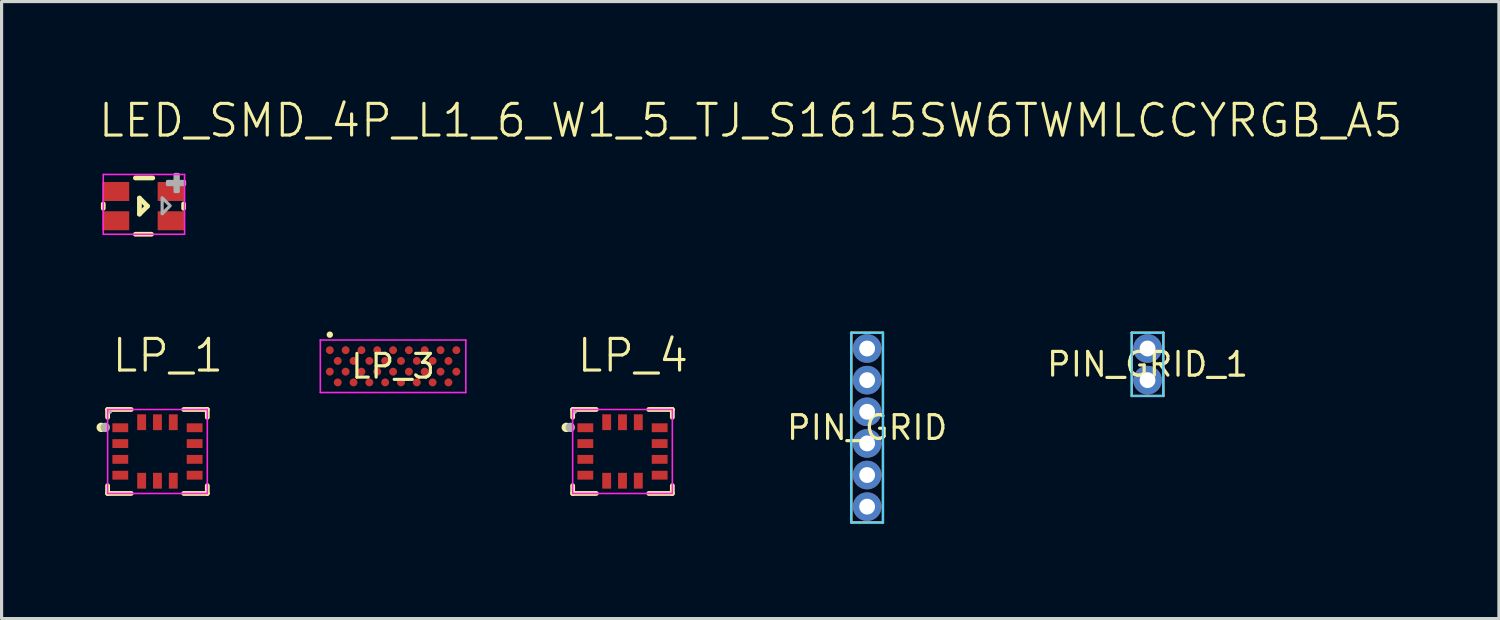
<source format=kicad_pcb>
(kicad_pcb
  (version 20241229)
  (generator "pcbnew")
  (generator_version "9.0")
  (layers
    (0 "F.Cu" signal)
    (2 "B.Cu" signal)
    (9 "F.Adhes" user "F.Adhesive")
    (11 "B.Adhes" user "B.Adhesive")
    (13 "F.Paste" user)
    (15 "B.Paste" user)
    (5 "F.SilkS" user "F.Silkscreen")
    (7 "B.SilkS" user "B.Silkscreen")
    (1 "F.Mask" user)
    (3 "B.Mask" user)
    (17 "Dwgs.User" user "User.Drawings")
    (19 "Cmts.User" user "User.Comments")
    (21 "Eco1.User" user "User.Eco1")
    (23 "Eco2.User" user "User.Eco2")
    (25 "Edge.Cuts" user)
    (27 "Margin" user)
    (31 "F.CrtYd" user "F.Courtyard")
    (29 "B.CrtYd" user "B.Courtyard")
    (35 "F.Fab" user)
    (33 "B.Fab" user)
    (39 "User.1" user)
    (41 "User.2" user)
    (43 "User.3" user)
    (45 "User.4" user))
  (footprint "LP_4"
    (layer "F.Cu")
    (at 16.63 11.223)
    (property "Reference" "LP_4" (at -1.5 -3.032 0) (layer "F.SilkS") (effects (font (size 1 1) (thickness 0.1)) (justify left)))
    (fp_line (start -1.576 -1.327) (end -1.576 -1.081) (stroke (width 0.152) (type solid)) (layer "F.SilkS"))
    (fp_line (start -1.576 1.327) (end -1.576 1.081) (stroke (width 0.152) (type solid)) (layer "F.SilkS"))
    (fp_line (start -0.83 -1.327) (end -1.576 -1.327) (stroke (width 0.152) (type solid)) (layer "F.SilkS"))
    (fp_line (start -0.83 1.327) (end -1.576 1.327) (stroke (width 0.152) (type solid)) (layer "F.SilkS"))
    (fp_line (start 0.831 -1.327) (end 1.576 -1.327) (stroke (width 0.152) (type solid)) (layer "F.SilkS"))
    (fp_line (start 0.831 1.327) (end 1.576 1.327) (stroke (width 0.152) (type solid)) (layer "F.SilkS"))
    (fp_line (start 1.576 -1.327) (end 1.576 -1.081) (stroke (width 0.152) (type solid)) (layer "F.SilkS"))
    (fp_line (start 1.576 1.327) (end 1.576 1.081) (stroke (width 0.152) (type solid)) (layer "F.SilkS"))
    (fp_arc (start -1.703 -0.7615) (mid -1.853 -0.7615) (end -1.703 -0.7615) (stroke (width 0.15) (type solid)) (layer "F.SilkS"))
    (fp_line (start -1.576 -1.327) (end -1.576 1.327) (stroke (width 0.05) (type solid)) (layer "F.CrtYd"))
    (fp_line (start -1.576 1.327) (end 1.576 1.327) (stroke (width 0.05) (type solid)) (layer "F.CrtYd"))
    (fp_line (start 1.576 -1.327) (end -1.576 -1.327) (stroke (width 0.05) (type solid)) (layer "F.CrtYd"))
    (fp_line (start 1.576 1.327) (end 1.576 -1.327) (stroke (width 0.05) (type solid)) (layer "F.CrtYd"))
    (fp_arc (start -1.576 -0.7615) (mid -1.726 -0.7615) (end -1.576 -0.7615) (stroke (width 0.15) (type solid)) (layer "F.Fab"))
    (fp_arc (start -1.47 -1.2495) (mid -1.53 -1.2495) (end -1.47 -1.2495) (stroke (width 0.06) (type solid)) (layer "F.Fab"))
    (pad "1" smd rect (at -1.175 -0.75) (size 0.5 0.28) (layers "F.Cu" "F.Mask" "F.Paste"))
    (pad "2" smd rect (at -1.175 -0.249) (size 0.5 0.28) (layers "F.Cu" "F.Mask" "F.Paste"))
    (pad "3" smd rect (at -1.175 0.249) (size 0.5 0.28) (layers "F.Cu" "F.Mask" "F.Paste"))
    (pad "4" smd rect (at -1.175 0.75) (size 0.5 0.28) (layers "F.Cu" "F.Mask" "F.Paste"))
    (pad "5" smd rect (at -0.5 0.925) (size 0.28 0.5) (layers "F.Cu" "F.Mask" "F.Paste"))
    (pad "6" smd rect (at 0 0.925) (size 0.28 0.5) (layers "F.Cu" "F.Mask" "F.Paste"))
    (pad "7" smd rect (at 0.5 0.925) (size 0.28 0.5) (layers "F.Cu" "F.Mask" "F.Paste"))
    (pad "8" smd rect (at 1.175 0.75) (size 0.5 0.28) (layers "F.Cu" "F.Mask" "F.Paste"))
    (pad "9" smd rect (at 1.175 0.249) (size 0.5 0.28) (layers "F.Cu" "F.Mask" "F.Paste"))
    (pad "10" smd rect (at 1.175 -0.249) (size 0.5 0.28) (layers "F.Cu" "F.Mask" "F.Paste"))
    (pad "11" smd rect (at 1.175 -0.75) (size 0.5 0.28) (layers "F.Cu" "F.Mask" "F.Paste"))
    (pad "12" smd rect (at 0.5 -0.924) (size 0.28 0.5) (layers "F.Cu" "F.Mask" "F.Paste"))
    (pad "13" smd rect (at 0 -0.924) (size 0.28 0.5) (layers "F.Cu" "F.Mask" "F.Paste"))
    (pad "14" smd rect (at -0.5 -0.925) (size 0.28 0.5) (layers "F.Cu" "F.Mask" "F.Paste")))
  (footprint "PIN_GRID"
    (layer "F.Cu")
    (at 24.364 10.468)
    (property "Reference" "PIN_GRID" (at 0 0 0) (layer "F.SilkS") (effects (font (size 0.75 0.75) (thickness 0.1))))
    (fp_line (start -0.5 -3) (end -0.5 3) (stroke (width 0.076) (type solid)) (layer "F.SilkS"))
    (fp_line (start -0.5 3) (end 0.5 3) (stroke (width 0.076) (type solid)) (layer "F.SilkS"))
    (fp_line (start 0.5 -3) (end -0.5 -3) (stroke (width 0.076) (type solid)) (layer "F.SilkS"))
    (fp_line (start 0.5 3) (end 0.5 -3) (stroke (width 0.076) (type solid)) (layer "F.SilkS"))
    (fp_line (start -0.5 -3) (end -0.5 3) (stroke (width 0.05) (type solid)) (layer "B.CrtYd"))
    (fp_line (start -0.5 3) (end 0.5 3) (stroke (width 0.05) (type solid)) (layer "B.CrtYd"))
    (fp_line (start 0.5 -3) (end -0.5 -3) (stroke (width 0.05) (type solid)) (layer "B.CrtYd"))
    (fp_line (start 0.5 3) (end 0.5 -3) (stroke (width 0.05) (type solid)) (layer "B.CrtYd"))
    (fp_line (start -0.5 -3) (end -0.5 3) (stroke (width 0.05) (type solid)) (layer "F.CrtYd"))
    (fp_line (start -0.5 3) (end 0.5 3) (stroke (width 0.05) (type solid)) (layer "F.CrtYd"))
    (fp_line (start 0.5 -3) (end -0.5 -3) (stroke (width 0.05) (type solid)) (layer "F.CrtYd"))
    (fp_line (start 0.5 3) (end 0.5 -3) (stroke (width 0.05) (type solid)) (layer "F.CrtYd"))
    (pad "1" thru_hole circle (at 0 -2.5) (size 0.906 0.906) (drill 0.5) (layers "*.Cu" "*.Mask"))
    (pad "2" thru_hole circle (at 0 -1.5) (size 0.906 0.906) (drill 0.5) (layers "*.Cu" "*.Mask"))
    (pad "3" thru_hole circle (at 0 -0.5) (size 0.906 0.906) (drill 0.5) (layers "*.Cu" "*.Mask"))
    (pad "4" thru_hole circle (at 0 0.5) (size 0.906 0.906) (drill 0.5) (layers "*.Cu" "*.Mask"))
    (pad "5" thru_hole circle (at 0 1.5) (size 0.906 0.906) (drill 0.5) (layers "*.Cu" "*.Mask"))
    (pad "6" thru_hole circle (at 0 2.5) (size 0.906 0.906) (drill 0.5) (layers "*.Cu" "*.Mask")))
  (footprint "PIN_GRID_1"
    (layer "F.Cu")
    (at 33.229 8.468)
    (property "Reference" "PIN_GRID_1" (at 0 0 0) (layer "F.SilkS") (effects (font (size 0.75 0.75) (thickness 0.1))))
    (fp_line (start -0.5 -1) (end -0.5 1) (stroke (width 0.076) (type solid)) (layer "F.SilkS"))
    (fp_line (start -0.5 1) (end 0.5 1) (stroke (width 0.076) (type solid)) (layer "F.SilkS"))
    (fp_line (start 0.5 -1) (end -0.5 -1) (stroke (width 0.076) (type solid)) (layer "F.SilkS"))
    (fp_line (start 0.5 1) (end 0.5 -1) (stroke (width 0.076) (type solid)) (layer "F.SilkS"))
    (fp_line (start -0.5 -1) (end -0.5 1) (stroke (width 0.05) (type solid)) (layer "B.CrtYd"))
    (fp_line (start -0.5 1) (end 0.5 1) (stroke (width 0.05) (type solid)) (layer "B.CrtYd"))
    (fp_line (start 0.5 -1) (end -0.5 -1) (stroke (width 0.05) (type solid)) (layer "B.CrtYd"))
    (fp_line (start 0.5 1) (end 0.5 -1) (stroke (width 0.05) (type solid)) (layer "B.CrtYd"))
    (fp_line (start -0.5 -1) (end -0.5 1) (stroke (width 0.05) (type solid)) (layer "F.CrtYd"))
    (fp_line (start -0.5 1) (end 0.5 1) (stroke (width 0.05) (type solid)) (layer "F.CrtYd"))
    (fp_line (start 0.5 -1) (end -0.5 -1) (stroke (width 0.05) (type solid)) (layer "F.CrtYd"))
    (fp_line (start 0.5 1) (end 0.5 -1) (stroke (width 0.05) (type solid)) (layer "F.CrtYd"))
    (pad "1" thru_hole circle (at 0 -0.5) (size 0.906 0.906) (drill 0.5) (layers "*.Cu" "*.Mask"))
    (pad "2" thru_hole circle (at 0 0.5) (size 0.906 0.906) (drill 0.5) (layers "*.Cu" "*.Mask")))
  (footprint "LP_3"
    (layer "F.Cu")
    (at 9.377 8.53)
    (property "Reference" "LP_3" (at 0 0 0) (layer "F.SilkS") (effects (font (size 0.75 0.75) (thickness 0.1))))
    (fp_poly (pts (xy -1.9 -1) (xy -1.902 -1.02) (xy -1.908 -1.038) (xy -1.917 -1.056) (xy -1.929 -1.071) (xy -1.944 -1.083) (xy -1.962 -1.092) (xy -1.98 -1.098) (xy -2 -1.1) (xy -2.02 -1.098) (xy -2.038 -1.092) (xy -2.056 -1.083) (xy -2.071 -1.071) (xy -2.083 -1.056) (xy -2.092 -1.038) (xy -2.098 -1.02) (xy -2.1 -1) (xy -2.098 -0.98) (xy -2.092 -0.962) (xy -2.083 -0.944) (xy -2.071 -0.929) (xy -2.056 -0.917) (xy -2.038 -0.908) (xy -2.02 -0.902) (xy -2 -0.9) (xy -1.98 -0.902) (xy -1.962 -0.908) (xy -1.944 -0.917) (xy -1.929 -0.929) (xy -1.917 -0.944) (xy -1.908 -0.962) (xy -1.902 -0.98)) (stroke (width 0) (type solid)) (fill yes) (layer "F.SilkS"))
    (fp_line (start -2.3 -0.83) (end -2.3 0.83) (stroke (width 0.05) (type solid)) (layer "F.CrtYd"))
    (fp_line (start -2.3 0.83) (end 2.3 0.83) (stroke (width 0.05) (type solid)) (layer "F.CrtYd"))
    (fp_line (start 2.3 -0.83) (end -2.3 -0.83) (stroke (width 0.05) (type solid)) (layer "F.CrtYd"))
    (fp_line (start 2.3 0.83) (end 2.3 -0.83) (stroke (width 0.05) (type solid)) (layer "F.CrtYd"))
    (pad "A1" smd circle (at -2 -0.51) (size 0.25 0.25) (layers "F.Cu" "F.Mask" "F.Paste"))
    (pad "A3" smd circle (at -1.5 -0.51) (size 0.25 0.25) (layers "F.Cu" "F.Mask" "F.Paste"))
    (pad "A5" smd circle (at -1 -0.51) (size 0.25 0.25) (layers "F.Cu" "F.Mask" "F.Paste"))
    (pad "A7" smd circle (at -0.5 -0.51) (size 0.25 0.25) (layers "F.Cu" "F.Mask" "F.Paste"))
    (pad "A9" smd circle (at 0 -0.51) (size 0.25 0.25) (layers "F.Cu" "F.Mask" "F.Paste"))
    (pad "A11" smd circle (at 0.5 -0.51) (size 0.25 0.25) (layers "F.Cu" "F.Mask" "F.Paste"))
    (pad "A13" smd circle (at 1 -0.51) (size 0.25 0.25) (layers "F.Cu" "F.Mask" "F.Paste"))
    (pad "A15" smd circle (at 1.5 -0.51) (size 0.25 0.25) (layers "F.Cu" "F.Mask" "F.Paste"))
    (pad "A17" smd circle (at 2 -0.51) (size 0.25 0.25) (layers "F.Cu" "F.Mask" "F.Paste"))
    (pad "B2" smd circle (at -1.75 -0.17) (size 0.25 0.25) (layers "F.Cu" "F.Mask" "F.Paste"))
    (pad "B4" smd circle (at -1.25 -0.17) (size 0.25 0.25) (layers "F.Cu" "F.Mask" "F.Paste"))
    (pad "B6" smd circle (at -0.75 -0.17) (size 0.25 0.25) (layers "F.Cu" "F.Mask" "F.Paste"))
    (pad "B8" smd circle (at -0.25 -0.17) (size 0.25 0.25) (layers "F.Cu" "F.Mask" "F.Paste"))
    (pad "B10" smd circle (at 0.25 -0.17) (size 0.25 0.25) (layers "F.Cu" "F.Mask" "F.Paste"))
    (pad "B12" smd circle (at 0.75 -0.17) (size 0.25 0.25) (layers "F.Cu" "F.Mask" "F.Paste"))
    (pad "B14" smd circle (at 1.25 -0.17) (size 0.25 0.25) (layers "F.Cu" "F.Mask" "F.Paste"))
    (pad "B16" smd circle (at 1.75 -0.17) (size 0.25 0.25) (layers "F.Cu" "F.Mask" "F.Paste"))
    (pad "C1" smd circle (at -2 0.17) (size 0.25 0.25) (layers "F.Cu" "F.Mask" "F.Paste"))
    (pad "C3" smd circle (at -1.5 0.17) (size 0.25 0.25) (layers "F.Cu" "F.Mask" "F.Paste"))
    (pad "C5" smd circle (at -1 0.17) (size 0.25 0.25) (layers "F.Cu" "F.Mask" "F.Paste"))
    (pad "C7" smd circle (at -0.5 0.17) (size 0.25 0.25) (layers "F.Cu" "F.Mask" "F.Paste"))
    (pad "C9" smd circle (at 0 0.17) (size 0.25 0.25) (layers "F.Cu" "F.Mask" "F.Paste"))
    (pad "C11" smd circle (at 0.5 0.17) (size 0.25 0.25) (layers "F.Cu" "F.Mask" "F.Paste"))
    (pad "C13" smd circle (at 1 0.17) (size 0.25 0.25) (layers "F.Cu" "F.Mask" "F.Paste"))
    (pad "C15" smd circle (at 1.5 0.17) (size 0.25 0.25) (layers "F.Cu" "F.Mask" "F.Paste"))
    (pad "C17" smd circle (at 2 0.17) (size 0.25 0.25) (layers "F.Cu" "F.Mask" "F.Paste"))
    (pad "D2" smd circle (at -1.75 0.51) (size 0.25 0.25) (layers "F.Cu" "F.Mask" "F.Paste"))
    (pad "D4" smd circle (at -1.25 0.51) (size 0.25 0.25) (layers "F.Cu" "F.Mask" "F.Paste"))
    (pad "D6" smd circle (at -0.75 0.51) (size 0.25 0.25) (layers "F.Cu" "F.Mask" "F.Paste"))
    (pad "D8" smd circle (at -0.25 0.51) (size 0.25 0.25) (layers "F.Cu" "F.Mask" "F.Paste"))
    (pad "D10" smd circle (at 0.25 0.51) (size 0.25 0.25) (layers "F.Cu" "F.Mask" "F.Paste"))
    (pad "D12" smd circle (at 0.75 0.51) (size 0.25 0.25) (layers "F.Cu" "F.Mask" "F.Paste"))
    (pad "D14" smd circle (at 1.25 0.51) (size 0.25 0.25) (layers "F.Cu" "F.Mask" "F.Paste"))
    (pad "D16" smd circle (at 1.75 0.51) (size 0.25 0.25) (layers "F.Cu" "F.Mask" "F.Paste")))
  (footprint "LED_SMD_4P_L1_6_W1_5_TJ_S1615SW6TWMLCCYRGB_A5"
    (layer "F.Cu")
    (at 1.5 3.411)
    (property "Reference" "LED_SMD_4P_L1_6_W1_5_TJ_S1615SW6TWMLCCYRGB_A5" (at -1.5 -2.65 0) (layer "F.SilkS") (effects (font (size 1 1) (thickness 0.1)) (justify left)))
    (fp_line (start -1.285 -0.015) (end -1.285 0.126) (stroke (width 0.15) (type solid)) (layer "F.SilkS"))
    (fp_line (start -0.269 -0.834) (end 0.28 -0.834) (stroke (width 0.15) (type solid)) (layer "F.SilkS"))
    (fp_line (start -0.269 0.945) (end 0.239 0.945) (stroke (width 0.15) (type solid)) (layer "F.SilkS"))
    (fp_line (start -0.142 -0.199) (end -0.142 0.309) (stroke (width 0.15) (type solid)) (layer "F.SilkS"))
    (fp_line (start -0.142 -0.199) (end 0.112 0.056) (stroke (width 0.15) (type solid)) (layer "F.SilkS"))
    (fp_line (start -0.142 0.309) (end 0.112 0.056) (stroke (width 0.15) (type solid)) (layer "F.SilkS"))
    (fp_line (start 1.255 -0.015) (end 1.255 0.126) (stroke (width 0.15) (type solid)) (layer "F.SilkS"))
    (fp_line (start -1.285 -0.945) (end -1.285 0.945) (stroke (width 0.05) (type solid)) (layer "F.CrtYd"))
    (fp_line (start -1.285 0.945) (end 1.285 0.945) (stroke (width 0.05) (type solid)) (layer "F.CrtYd"))
    (fp_line (start 1.285 -0.945) (end -1.285 -0.945) (stroke (width 0.05) (type solid)) (layer "F.CrtYd"))
    (fp_line (start 1.285 0.945) (end 1.285 -0.945) (stroke (width 0.05) (type solid)) (layer "F.CrtYd"))
    (fp_poly (pts (xy 0.576 0.298) (xy 0.576 -0.209) (xy 0.83 0.044)) (stroke (width 0.1) (type solid)) (fill no) (layer "F.Fab"))
    (fp_poly (pts (xy 0.745 -0.725) (xy 1.285 -0.725) (xy 1.285 -0.625) (xy 0.745 -0.625)) (stroke (width 0.1) (type solid)) (fill no) (layer "F.Fab"))
    (fp_poly (pts (xy 0.985 -0.405) (xy 0.985 -0.945) (xy 1.085 -0.945) (xy 1.085 -0.405)) (stroke (width 0.1) (type solid)) (fill no) (layer "F.Fab"))
    (fp_poly (pts (xy 0.815 -0.696) (xy 0.814 -0.701) (xy 0.813 -0.707) (xy 0.81 -0.712) (xy 0.806 -0.717) (xy 0.802 -0.72) (xy 0.796 -0.723) (xy 0.791 -0.725) (xy 0.785 -0.726) (xy 0.779 -0.725) (xy 0.774 -0.723) (xy 0.768 -0.72) (xy 0.764 -0.717) (xy 0.76 -0.712) (xy 0.757 -0.707) (xy 0.756 -0.701) (xy 0.755 -0.696) (xy 0.756 -0.69) (xy 0.757 -0.684) (xy 0.76 -0.679) (xy 0.764 -0.674) (xy 0.768 -0.671) (xy 0.774 -0.668) (xy 0.779 -0.666) (xy 0.785 -0.665) (xy 0.791 -0.666) (xy 0.796 -0.668) (xy 0.802 -0.671) (xy 0.806 -0.674) (xy 0.81 -0.679) (xy 0.813 -0.684) (xy 0.814 -0.69)) (stroke (width 0.1) (type solid)) (fill no) (layer "F.Fab"))
    (pad "1" smd rect (at 0.86 -0.407) (size 0.85 0.6) (layers "F.Cu" "F.Mask" "F.Paste"))
    (pad "2" smd rect (at -0.89 -0.407) (size 0.85 0.6) (layers "F.Cu" "F.Mask" "F.Paste"))
    (pad "3" smd rect (at -0.89 0.518) (size 0.85 0.6) (layers "F.Cu" "F.Mask" "F.Paste"))
    (pad "4" smd rect (at 0.86 0.518) (size 0.85 0.6) (layers "F.Cu" "F.Mask" "F.Paste")))
  (footprint "LP_1"
    (layer "F.Cu")
    (at 1.928 11.223)
    (property "Reference" "LP_1" (at -1.5 -3.032 0) (layer "F.SilkS") (effects (font (size 1 1) (thickness 0.1)) (justify left)))
    (fp_line (start -1.576 -1.327) (end -1.576 -1.081) (stroke (width 0.152) (type solid)) (layer "F.SilkS"))
    (fp_line (start -1.576 1.327) (end -1.576 1.081) (stroke (width 0.152) (type solid)) (layer "F.SilkS"))
    (fp_line (start -0.83 -1.327) (end -1.576 -1.327) (stroke (width 0.152) (type solid)) (layer "F.SilkS"))
    (fp_line (start -0.83 1.327) (end -1.576 1.327) (stroke (width 0.152) (type solid)) (layer "F.SilkS"))
    (fp_line (start 0.831 -1.327) (end 1.576 -1.327) (stroke (width 0.152) (type solid)) (layer "F.SilkS"))
    (fp_line (start 0.831 1.327) (end 1.576 1.327) (stroke (width 0.152) (type solid)) (layer "F.SilkS"))
    (fp_line (start 1.576 -1.327) (end 1.576 -1.081) (stroke (width 0.152) (type solid)) (layer "F.SilkS"))
    (fp_line (start 1.576 1.327) (end 1.576 1.081) (stroke (width 0.152) (type solid)) (layer "F.SilkS"))
    (fp_arc (start -1.703 -0.7615) (mid -1.853 -0.7615) (end -1.703 -0.7615) (stroke (width 0.15) (type solid)) (layer "F.SilkS"))
    (fp_line (start -1.576 -1.327) (end -1.576 1.327) (stroke (width 0.05) (type solid)) (layer "F.CrtYd"))
    (fp_line (start -1.576 1.327) (end 1.576 1.327) (stroke (width 0.05) (type solid)) (layer "F.CrtYd"))
    (fp_line (start 1.576 -1.327) (end -1.576 -1.327) (stroke (width 0.05) (type solid)) (layer "F.CrtYd"))
    (fp_line (start 1.576 1.327) (end 1.576 -1.327) (stroke (width 0.05) (type solid)) (layer "F.CrtYd"))
    (fp_arc (start -1.576 -0.7615) (mid -1.726 -0.7615) (end -1.576 -0.7615) (stroke (width 0.15) (type solid)) (layer "F.Fab"))
    (fp_arc (start -1.47 -1.2495) (mid -1.53 -1.2495) (end -1.47 -1.2495) (stroke (width 0.06) (type solid)) (layer "F.Fab"))
    (pad "1" smd rect (at -1.175 -0.75) (size 0.5 0.28) (layers "F.Cu" "F.Mask" "F.Paste"))
    (pad "2" smd rect (at -1.175 -0.249) (size 0.5 0.28) (layers "F.Cu" "F.Mask" "F.Paste"))
    (pad "3" smd rect (at -1.175 0.249) (size 0.5 0.28) (layers "F.Cu" "F.Mask" "F.Paste"))
    (pad "4" smd rect (at -1.175 0.75) (size 0.5 0.28) (layers "F.Cu" "F.Mask" "F.Paste"))
    (pad "5" smd rect (at -0.5 0.925) (size 0.28 0.5) (layers "F.Cu" "F.Mask" "F.Paste"))
    (pad "6" smd rect (at 0 0.925) (size 0.28 0.5) (layers "F.Cu" "F.Mask" "F.Paste"))
    (pad "7" smd rect (at 0.5 0.925) (size 0.28 0.5) (layers "F.Cu" "F.Mask" "F.Paste"))
    (pad "8" smd rect (at 1.175 0.75) (size 0.5 0.28) (layers "F.Cu" "F.Mask" "F.Paste"))
    (pad "9" smd rect (at 1.175 0.249) (size 0.5 0.28) (layers "F.Cu" "F.Mask" "F.Paste"))
    (pad "10" smd rect (at 1.175 -0.249) (size 0.5 0.28) (layers "F.Cu" "F.Mask" "F.Paste"))
    (pad "11" smd rect (at 1.175 -0.75) (size 0.5 0.28) (layers "F.Cu" "F.Mask" "F.Paste"))
    (pad "12" smd rect (at 0.5 -0.924) (size 0.28 0.5) (layers "F.Cu" "F.Mask" "F.Paste"))
    (pad "13" smd rect (at 0 -0.924) (size 0.28 0.5) (layers "F.Cu" "F.Mask" "F.Paste"))
    (pad "14" smd rect (at -0.5 -0.925) (size 0.28 0.5) (layers "F.Cu" "F.Mask" "F.Paste")))
  (gr_rect
    (start -3 -3)
    (end 44.338 16.506)
    (stroke (width 0.1) (type default))
    (fill no)
    (layer "Edge.Cuts")))
</source>
